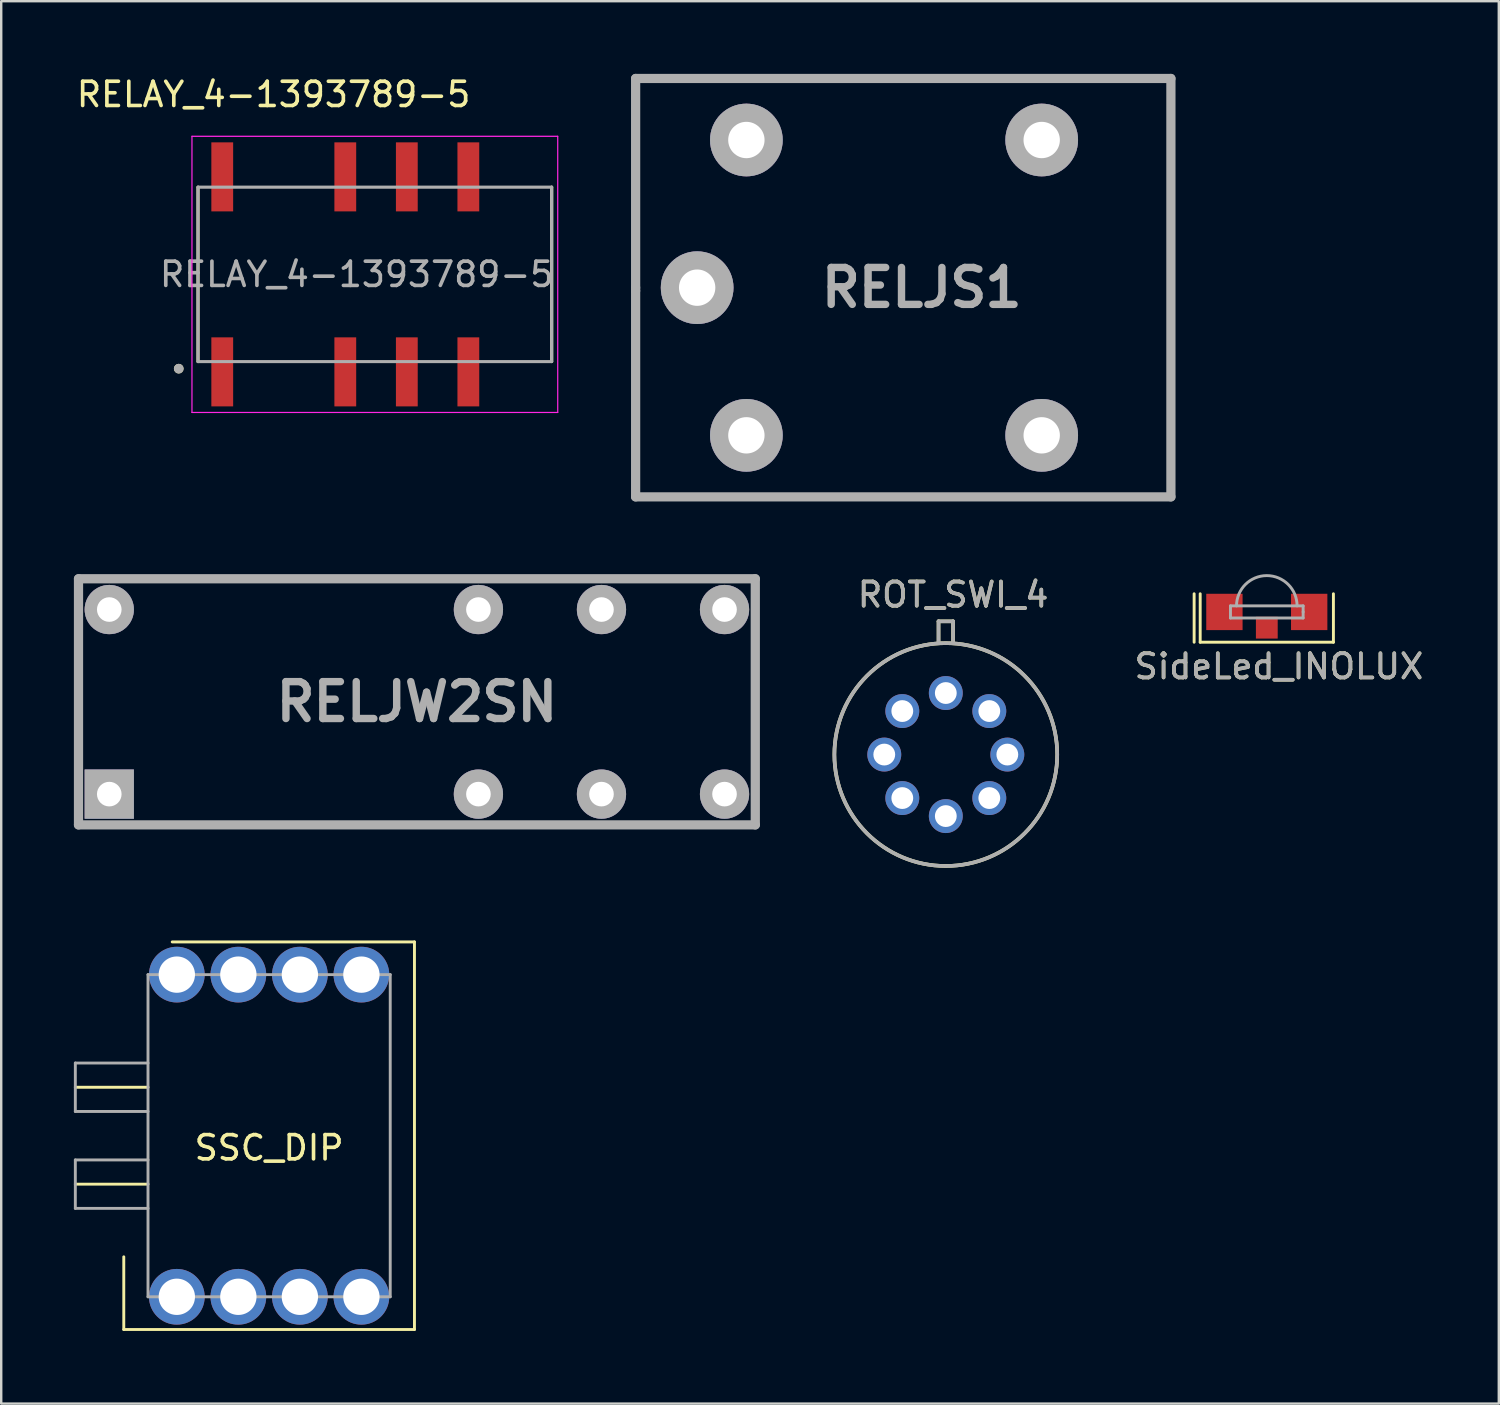
<source format=kicad_pcb>
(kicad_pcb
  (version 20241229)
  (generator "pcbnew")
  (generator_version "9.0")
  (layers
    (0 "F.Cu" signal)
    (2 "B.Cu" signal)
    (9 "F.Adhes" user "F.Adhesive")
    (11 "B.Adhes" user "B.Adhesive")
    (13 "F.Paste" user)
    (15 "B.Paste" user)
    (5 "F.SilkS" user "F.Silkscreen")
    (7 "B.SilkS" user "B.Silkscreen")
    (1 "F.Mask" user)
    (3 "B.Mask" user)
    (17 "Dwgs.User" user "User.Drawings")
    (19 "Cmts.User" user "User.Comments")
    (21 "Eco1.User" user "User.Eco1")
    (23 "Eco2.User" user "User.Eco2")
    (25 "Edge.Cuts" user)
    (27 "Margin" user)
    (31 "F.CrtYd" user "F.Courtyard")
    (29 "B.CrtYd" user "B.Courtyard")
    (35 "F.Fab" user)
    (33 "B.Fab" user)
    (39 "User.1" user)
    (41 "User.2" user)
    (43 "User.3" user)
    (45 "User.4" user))
  (footprint "RELAY_4-1393789-5"
    (layer "F.Cu")
    (at 12.425 8.277)
    (property "Reference" "RELAY_4-1393789-5" (at -4.181 -7.428 0) (layer "F.SilkS") (effects (font (size 1 1) (thickness 0.15))))
    (attr through_hole)
    (fp_line (start -7.3 3.6) (end -7.3 -3.6) (stroke (width 0.127) (type solid)) (layer "F.SilkS"))
    (fp_line (start 7.3 -3.6) (end 7.3 3.6) (stroke (width 0.127) (type solid)) (layer "F.SilkS"))
    (fp_circle (center -8.096 3.893) (end -7.996 3.893) (stroke (width 0.2) (type solid)) (fill no) (layer "F.SilkS"))
    (fp_line (start -7.55 -5.7) (end 7.55 -5.7) (stroke (width 0.05) (type solid)) (layer "F.CrtYd"))
    (fp_line (start -7.55 5.7) (end -7.55 -5.7) (stroke (width 0.05) (type solid)) (layer "F.CrtYd"))
    (fp_line (start 7.55 -5.7) (end 7.55 5.7) (stroke (width 0.05) (type solid)) (layer "F.CrtYd"))
    (fp_line (start 7.55 5.7) (end -7.55 5.7) (stroke (width 0.05) (type solid)) (layer "F.CrtYd"))
    (fp_line (start -7.3 -3.6) (end -7.3 3.6) (stroke (width 0.127) (type solid)) (layer "F.Fab"))
    (fp_line (start -7.3 3.6) (end 7.3 3.6) (stroke (width 0.127) (type solid)) (layer "F.Fab"))
    (fp_line (start 7.3 -3.6) (end -7.3 -3.6) (stroke (width 0.127) (type solid)) (layer "F.Fab"))
    (fp_line (start 7.3 3.6) (end 7.3 -3.6) (stroke (width 0.127) (type solid)) (layer "F.Fab"))
    (fp_circle (center -8.096 3.893) (end -7.996 3.893) (stroke (width 0.2) (type solid)) (fill no) (layer "F.Fab"))
    (fp_text user "${REFERENCE}" (at -0.75 0 180) (layer "F.Fab") (effects (font (size 1 1) (thickness 0.15))))
    (pad "1" smd rect (at -6.3 4.025) (size 0.9 2.85) (layers "F.Cu" "F.Mask" "F.Paste"))
    (pad "3" smd rect (at -1.22 4.025) (size 0.9 2.85) (layers "F.Cu" "F.Mask" "F.Paste"))
    (pad "4" smd rect (at 1.32 4.025) (size 0.9 2.85) (layers "F.Cu" "F.Mask" "F.Paste"))
    (pad "5" smd rect (at 3.86 4.025) (size 0.9 2.85) (layers "F.Cu" "F.Mask" "F.Paste"))
    (pad "8" smd rect (at 3.86 -4.025) (size 0.9 2.85) (layers "F.Cu" "F.Mask" "F.Paste"))
    (pad "9" smd rect (at 1.32 -4.025) (size 0.9 2.85) (layers "F.Cu" "F.Mask" "F.Paste"))
    (pad "10" smd rect (at -1.22 -4.025) (size 0.9 2.85) (layers "F.Cu" "F.Mask" "F.Paste"))
    (pad "12" smd rect (at -6.3 -4.025) (size 0.9 2.85) (layers "F.Cu" "F.Mask" "F.Paste")))
  (footprint "ROT_SWI_4"
    (layer "F.Cu")
    (at 35.996 28.101)
    (property "Reference" "ROT_SWI_4" (at 0.3 -6.6 0) (layer "F.SilkS") (effects (font (size 1 1) (thickness 0.15))))
    (attr through_hole)
    (fp_line (start -0.3 -5.5) (end 0.3 -5.5) (stroke (width 0.15) (type solid)) (layer "F.SilkS"))
    (fp_line (start -0.3 -4.6) (end -0.3 -5.5) (stroke (width 0.15) (type solid)) (layer "F.SilkS"))
    (fp_line (start 0.3 -5.5) (end 0.3 -4.6) (stroke (width 0.15) (type solid)) (layer "F.SilkS"))
    (fp_circle (center 0 0) (end 4.6 0) (stroke (width 0.15) (type solid)) (fill no) (layer "F.SilkS"))
    (fp_line (start -0.3 -5.5) (end 0.3 -5.5) (stroke (width 0.15) (type solid)) (layer "F.Fab"))
    (fp_line (start -0.3 -4.6) (end -0.3 -5.5) (stroke (width 0.15) (type solid)) (layer "F.Fab"))
    (fp_line (start 0.3 -5.5) (end 0.3 -4.6) (stroke (width 0.15) (type solid)) (layer "F.Fab"))
    (fp_circle (center 0 0) (end 4.6 0) (stroke (width 0.15) (type solid)) (fill no) (layer "F.Fab"))
    (fp_text user "${REFERENCE}" (at 0.3 -6.6 0) (layer "F.Fab") (effects (font (size 1 1) (thickness 0.15))))
    (pad "0" thru_hole circle (at 1.796 -1.796) (size 1.4 1.4) (drill 0.9) (layers "*.Cu" "*.Mask"))
    (pad "1" thru_hole circle (at 2.54 0) (size 1.4 1.4) (drill 0.9) (layers "*.Cu" "*.Mask"))
    (pad "2" thru_hole circle (at 1.796 1.796) (size 1.4 1.4) (drill 0.9) (layers "*.Cu" "*.Mask"))
    (pad "3" thru_hole circle (at 0 2.54) (size 1.4 1.4) (drill 0.9) (layers "*.Cu" "*.Mask"))
    (pad "4" thru_hole circle (at -1.796 1.796) (size 1.4 1.4) (drill 0.9) (layers "*.Cu" "*.Mask"))
    (pad "5" thru_hole circle (at -2.54 0) (size 1.4 1.4) (drill 0.9) (layers "*.Cu" "*.Mask"))
    (pad "6" thru_hole circle (at -1.796 -1.796) (size 1.4 1.4) (drill 0.9) (layers "*.Cu" "*.Mask"))
    (pad "C" thru_hole circle (at 0 -2.54) (size 1.4 1.4) (drill 0.9) (layers "*.Cu" "*.Mask")))
  (footprint "RELJW2SN"
    (layer "F.Cu")
    (at 14.161 25.924)
    (property "Reference" "RELJW2SN" (at 0 0 0) (layer "F.Fab") (effects (font (size 1.524 1.524) (thickness 0.305))))
    (attr through_hole)
    (fp_line (start -13.97 -5.08) (end 13.97 -5.08) (stroke (width 0.381) (type solid)) (layer "F.Fab"))
    (fp_line (start -13.97 5.08) (end -13.97 -5.08) (stroke (width 0.381) (type solid)) (layer "F.Fab"))
    (fp_line (start 13.97 -5.08) (end 13.97 5.08) (stroke (width 0.381) (type solid)) (layer "F.Fab"))
    (fp_line (start 13.97 5.08) (end -13.97 5.08) (stroke (width 0.381) (type solid)) (layer "F.Fab"))
    (pad "CMN1" thru_hole circle (at 7.62 -3.81) (size 2.032 2.032) (drill 1.016) (layers "*.Cu" "*.Mask" "F.Fab"))
    (pad "CMN2" thru_hole circle (at 7.62 3.81) (size 2.032 2.032) (drill 1.016) (layers "*.Cu" "*.Mask" "F.Fab"))
    (pad "COI1" thru_hole rect (at -12.7 3.81) (size 2.032 2.032) (drill 1.016) (layers "*.Cu" "*.Mask" "F.Fab"))
    (pad "COI2" thru_hole circle (at -12.7 -3.81) (size 2.032 2.032) (drill 1.016) (layers "*.Cu" "*.Mask" "F.Fab"))
    (pad "NC1" thru_hole circle (at 2.54 -3.81) (size 2.032 2.032) (drill 1.016) (layers "*.Cu" "*.Mask" "F.Fab"))
    (pad "NC2" thru_hole circle (at 2.54 3.81) (size 2.032 2.032) (drill 1.016) (layers "*.Cu" "*.Mask" "F.Fab"))
    (pad "NO1" thru_hole circle (at 12.7 -3.81) (size 2.032 2.032) (drill 1.016) (layers "*.Cu" "*.Mask" "F.Fab"))
    (pad "NO2" thru_hole circle (at 12.7 3.81) (size 2.032 2.032) (drill 1.016) (layers "*.Cu" "*.Mask" "F.Fab")))
  (footprint "SSC_DIP"
    (layer "F.Cu")
    (at 8.06 43.836)
    (property "Reference" "SSC_DIP" (at 0 0.5 0) (layer "F.SilkS") (effects (font (size 1 1) (thickness 0.15))))
    (attr through_hole)
    (fp_line (start -8 -2) (end -5 -2) (stroke (width 0.12) (type solid)) (layer "F.SilkS"))
    (fp_line (start -8 2) (end -5 2) (stroke (width 0.12) (type solid)) (layer "F.SilkS"))
    (fp_line (start -6 5) (end -6 8) (stroke (width 0.12) (type solid)) (layer "F.SilkS"))
    (fp_line (start -6 8) (end 6 8) (stroke (width 0.12) (type solid)) (layer "F.SilkS"))
    (fp_line (start 6 -8) (end -4 -8) (stroke (width 0.12) (type solid)) (layer "F.SilkS"))
    (fp_line (start 6 8) (end 6 -8) (stroke (width 0.12) (type solid)) (layer "F.SilkS"))
    (fp_line (start -8 -3) (end -8 -1) (stroke (width 0.12) (type solid)) (layer "F.Fab"))
    (fp_line (start -8 -1) (end -5 -1) (stroke (width 0.12) (type solid)) (layer "F.Fab"))
    (fp_line (start -8 1) (end -5 1) (stroke (width 0.12) (type solid)) (layer "F.Fab"))
    (fp_line (start -8 3) (end -8 1) (stroke (width 0.12) (type solid)) (layer "F.Fab"))
    (fp_line (start -5 -6.65) (end -5 6.65) (stroke (width 0.12) (type solid)) (layer "F.Fab"))
    (fp_line (start -5 -3) (end -8 -3) (stroke (width 0.12) (type solid)) (layer "F.Fab"))
    (fp_line (start -5 3) (end -8 3) (stroke (width 0.12) (type solid)) (layer "F.Fab"))
    (fp_line (start -5 6.65) (end 5 6.65) (stroke (width 0.12) (type solid)) (layer "F.Fab"))
    (fp_line (start 5 -6.65) (end -5 -6.65) (stroke (width 0.12) (type solid)) (layer "F.Fab"))
    (fp_line (start 5 6.65) (end 5 -6.65) (stroke (width 0.12) (type solid)) (layer "F.Fab"))
    (pad "1" thru_hole circle (at -3.81 6.65) (size 2.3 2.3) (drill 1.5) (layers "*.Cu" "*.Mask"))
    (pad "2" thru_hole circle (at -1.27 6.65) (size 2.3 2.3) (drill 1.5) (layers "*.Cu" "*.Mask"))
    (pad "3" thru_hole circle (at 1.27 6.65) (size 2.3 2.3) (drill 1.5) (layers "*.Cu" "*.Mask"))
    (pad "4" thru_hole circle (at 3.81 6.65) (size 2.3 2.3) (drill 1.5) (layers "*.Cu" "*.Mask"))
    (pad "5" thru_hole circle (at 3.81 -6.65) (size 2.3 2.3) (drill 1.5) (layers "*.Cu" "*.Mask"))
    (pad "6" thru_hole circle (at 1.27 -6.65) (size 2.3 2.3) (drill 1.5) (layers "*.Cu" "*.Mask"))
    (pad "7" thru_hole circle (at -1.27 -6.65) (size 2.3 2.3) (drill 1.5) (layers "*.Cu" "*.Mask"))
    (pad "8" thru_hole circle (at -3.81 -6.65) (size 2.3 2.3) (drill 1.5) (layers "*.Cu" "*.Mask")))
  (footprint "SideLed_INOLUX"
    (layer "F.Cu")
    (at 49.248 22.213)
    (property "Reference" "SideLed_INOLUX" (at 0.5 2.25 0) (layer "F.SilkS") (effects (font (size 1 1) (thickness 0.15))))
    (attr through_hole)
    (fp_line (start -3 -0.75) (end -3 1.25) (stroke (width 0.12) (type solid)) (layer "F.SilkS"))
    (fp_line (start -2.75 -0.75) (end -2.75 1.25) (stroke (width 0.12) (type solid)) (layer "F.SilkS"))
    (fp_line (start -2.75 1.25) (end 2.75 1.25) (stroke (width 0.12) (type solid)) (layer "F.SilkS"))
    (fp_line (start 2.75 1.25) (end 2.75 -0.75) (stroke (width 0.12) (type solid)) (layer "F.SilkS"))
    (fp_line (start -1.5 -0.25) (end -1.5 0.25) (stroke (width 0.12) (type solid)) (layer "F.Fab"))
    (fp_line (start -1.5 0.25) (end 1.5 0.25) (stroke (width 0.12) (type solid)) (layer "F.Fab"))
    (fp_line (start 1.5 -0.25) (end -1.5 -0.25) (stroke (width 0.12) (type solid)) (layer "F.Fab"))
    (fp_line (start 1.5 0) (end 1.5 -0.25) (stroke (width 0.12) (type solid)) (layer "F.Fab"))
    (fp_line (start 1.5 0.25) (end 1.5 0) (stroke (width 0.12) (type solid)) (layer "F.Fab"))
    (fp_arc (start -1.25 -0.25) (mid 0 -1.5) (end 1.25 -0.25) (stroke (width 0.12) (type solid)) (layer "F.Fab"))
    (fp_text user "${REFERENCE}" (at 0.5 2.25 0) (layer "F.Fab") (effects (font (size 1 1) (thickness 0.15))))
    (pad "1" smd rect (at -1.75 0) (size 1.5 1.5) (layers "F.Cu" "F.Mask" "F.Paste"))
    (pad "2" smd rect (at 1.75 0) (size 1.5 1.5) (layers "F.Cu" "F.Mask" "F.Paste"))
    (pad "3" smd rect (at 0 0.65) (size 0.9 0.9) (layers "F.Cu" "F.Mask" "F.Paste")))
  (footprint "RELJS1"
    (layer "F.Cu")
    (at 25.731 8.826)
    (property "Reference" "RELJS1" (at 9.271 0 0) (layer "F.Fab") (effects (font (size 1.524 1.524) (thickness 0.305))))
    (attr through_hole)
    (fp_line (start -2.54 -8.636) (end 19.558 -8.636) (stroke (width 0.381) (type solid)) (layer "F.Fab"))
    (fp_line (start -2.54 0) (end -2.54 -8.636) (stroke (width 0.381) (type solid)) (layer "F.Fab"))
    (fp_line (start -2.54 0.127) (end -2.54 0) (stroke (width 0.381) (type solid)) (layer "F.Fab"))
    (fp_line (start -2.54 8.636) (end -2.54 0.127) (stroke (width 0.381) (type solid)) (layer "F.Fab"))
    (fp_line (start 19.558 -8.636) (end 19.558 8.636) (stroke (width 0.381) (type solid)) (layer "F.Fab"))
    (fp_line (start 19.558 8.636) (end -2.54 8.636) (stroke (width 0.381) (type solid)) (layer "F.Fab"))
    (pad "CMN" thru_hole circle (at 0 0) (size 3 3) (drill 1.501) (layers "*.Cu" "*.Mask" "F.Fab"))
    (pad "COI1" thru_hole circle (at 2.032 -6.096) (size 3 3) (drill 1.501) (layers "*.Cu" "*.Mask" "F.Fab"))
    (pad "COI2" thru_hole circle (at 2.032 6.096) (size 3 3) (drill 1.501) (layers "*.Cu" "*.Mask" "F.Fab"))
    (pad "NC" thru_hole circle (at 14.224 -6.096) (size 3 3) (drill 1.501) (layers "*.Cu" "*.Mask" "F.Fab"))
    (pad "NO" thru_hole circle (at 14.224 6.096) (size 3 3) (drill 1.501) (layers "*.Cu" "*.Mask" "F.Fab")))
  (gr_rect
    (start -3 -3)
    (end 58.826 54.896)
    (stroke (width 0.1) (type default))
    (fill no)
    (layer "Edge.Cuts")))
</source>
